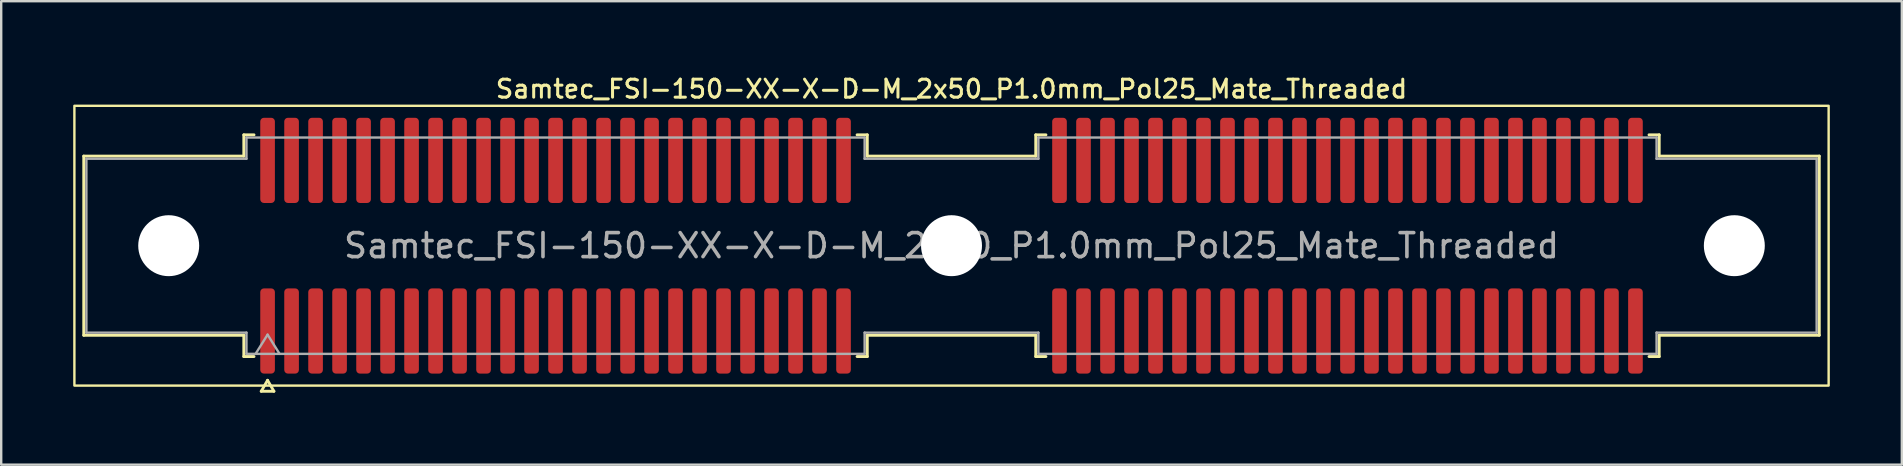
<source format=kicad_pcb>
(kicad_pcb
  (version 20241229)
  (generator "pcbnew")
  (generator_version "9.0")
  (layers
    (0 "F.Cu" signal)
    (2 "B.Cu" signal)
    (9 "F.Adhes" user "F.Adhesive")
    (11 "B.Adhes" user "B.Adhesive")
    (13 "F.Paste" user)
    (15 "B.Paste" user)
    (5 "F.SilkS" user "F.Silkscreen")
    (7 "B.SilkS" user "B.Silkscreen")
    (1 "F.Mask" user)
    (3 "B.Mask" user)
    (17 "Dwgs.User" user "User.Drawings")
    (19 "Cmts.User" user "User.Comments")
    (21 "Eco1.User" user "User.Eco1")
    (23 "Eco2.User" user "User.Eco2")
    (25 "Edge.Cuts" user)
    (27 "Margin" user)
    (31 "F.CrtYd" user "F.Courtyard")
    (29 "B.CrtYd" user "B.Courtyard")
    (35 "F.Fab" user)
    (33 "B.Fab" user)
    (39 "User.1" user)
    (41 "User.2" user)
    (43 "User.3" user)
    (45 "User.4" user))
  (footprint "Samtec_FSI-150-XX-X-D-M_2x50_P1.0mm_Pol25_Mate_Threaded"
    (layer "F.Cu")
    (at 36.6 7.188)
    (property "Reference" "Samtec_FSI-150-XX-X-D-M_2x50_P1.0mm_Pol25_Mate_Threaded" (at 0 -6.53 0) (layer "F.SilkS") (effects (font (size 0.75 0.75) (thickness 0.125))))
    (attr exclude_from_pos_files exclude_from_bom)
    (fp_line (start -36.16 -3.733) (end -29.49 -3.733) (stroke (width 0.12) (type solid)) (layer "F.SilkS"))
    (fp_line (start -36.16 3.733) (end -36.16 -3.733) (stroke (width 0.12) (type solid)) (layer "F.SilkS"))
    (fp_line (start -29.49 -4.619) (end -29.065 -4.619) (stroke (width 0.12) (type solid)) (layer "F.SilkS"))
    (fp_line (start -29.49 -3.733) (end -29.49 -4.619) (stroke (width 0.12) (type solid)) (layer "F.SilkS"))
    (fp_line (start -29.49 3.733) (end -36.16 3.733) (stroke (width 0.12) (type solid)) (layer "F.SilkS"))
    (fp_line (start -29.49 4.619) (end -29.49 3.733) (stroke (width 0.12) (type solid)) (layer "F.SilkS"))
    (fp_line (start -29.065 4.619) (end -29.49 4.619) (stroke (width 0.12) (type solid)) (layer "F.SilkS"))
    (fp_line (start -28.764 6.066) (end -28.5 5.609) (stroke (width 0.12) (type solid)) (layer "F.SilkS"))
    (fp_line (start -28.5 5.609) (end -28.236 6.066) (stroke (width 0.12) (type solid)) (layer "F.SilkS"))
    (fp_line (start -28.236 6.066) (end -28.764 6.066) (stroke (width 0.12) (type solid)) (layer "F.SilkS"))
    (fp_line (start -3.935 -4.619) (end -3.51 -4.619) (stroke (width 0.12) (type solid)) (layer "F.SilkS"))
    (fp_line (start -3.51 -4.619) (end -3.51 -3.733) (stroke (width 0.12) (type solid)) (layer "F.SilkS"))
    (fp_line (start -3.51 -3.733) (end 3.51 -3.733) (stroke (width 0.12) (type solid)) (layer "F.SilkS"))
    (fp_line (start -3.51 3.733) (end -3.51 4.619) (stroke (width 0.12) (type solid)) (layer "F.SilkS"))
    (fp_line (start -3.51 4.619) (end -3.935 4.619) (stroke (width 0.12) (type solid)) (layer "F.SilkS"))
    (fp_line (start 3.51 -4.619) (end 3.935 -4.619) (stroke (width 0.12) (type solid)) (layer "F.SilkS"))
    (fp_line (start 3.51 -3.733) (end 3.51 -4.619) (stroke (width 0.12) (type solid)) (layer "F.SilkS"))
    (fp_line (start 3.51 3.733) (end -3.51 3.733) (stroke (width 0.12) (type solid)) (layer "F.SilkS"))
    (fp_line (start 3.51 4.619) (end 3.51 3.733) (stroke (width 0.12) (type solid)) (layer "F.SilkS"))
    (fp_line (start 3.935 4.619) (end 3.51 4.619) (stroke (width 0.12) (type solid)) (layer "F.SilkS"))
    (fp_line (start 29.065 -4.619) (end 29.49 -4.619) (stroke (width 0.12) (type solid)) (layer "F.SilkS"))
    (fp_line (start 29.49 -4.619) (end 29.49 -3.733) (stroke (width 0.12) (type solid)) (layer "F.SilkS"))
    (fp_line (start 29.49 -3.733) (end 36.16 -3.733) (stroke (width 0.12) (type solid)) (layer "F.SilkS"))
    (fp_line (start 29.49 3.733) (end 29.49 4.619) (stroke (width 0.12) (type solid)) (layer "F.SilkS"))
    (fp_line (start 29.49 4.619) (end 29.065 4.619) (stroke (width 0.12) (type solid)) (layer "F.SilkS"))
    (fp_line (start 36.16 -3.733) (end 36.16 3.733) (stroke (width 0.12) (type solid)) (layer "F.SilkS"))
    (fp_line (start 36.16 3.733) (end 29.49 3.733) (stroke (width 0.12) (type solid)) (layer "F.SilkS"))
    (fp_rect (start -36.55 -5.83) (end 36.55 5.83) (stroke (width 0.1) (type solid)) (fill no) (layer "F.SilkS"))
    (fp_line (start -36.05 -3.623) (end -29.38 -3.623) (stroke (width 0.1) (type solid)) (layer "F.Fab"))
    (fp_line (start -36.05 3.623) (end -36.05 -3.623) (stroke (width 0.1) (type solid)) (layer "F.Fab"))
    (fp_line (start -29.38 -4.508) (end -3.62 -4.508) (stroke (width 0.1) (type solid)) (layer "F.Fab"))
    (fp_line (start -29.38 -3.623) (end -29.38 -4.508) (stroke (width 0.1) (type solid)) (layer "F.Fab"))
    (fp_line (start -29.38 3.623) (end -36.05 3.623) (stroke (width 0.1) (type solid)) (layer "F.Fab"))
    (fp_line (start -29.38 4.508) (end -29.38 3.623) (stroke (width 0.1) (type solid)) (layer "F.Fab"))
    (fp_line (start -29 4.508) (end -28.5 3.708) (stroke (width 0.1) (type solid)) (layer "F.Fab"))
    (fp_line (start -28.5 3.708) (end -28 4.508) (stroke (width 0.1) (type solid)) (layer "F.Fab"))
    (fp_line (start -3.62 -4.508) (end -3.62 -3.623) (stroke (width 0.1) (type solid)) (layer "F.Fab"))
    (fp_line (start -3.62 -3.623) (end 3.62 -3.623) (stroke (width 0.1) (type solid)) (layer "F.Fab"))
    (fp_line (start -3.62 3.623) (end -3.62 4.508) (stroke (width 0.1) (type solid)) (layer "F.Fab"))
    (fp_line (start -3.62 4.508) (end -29.38 4.508) (stroke (width 0.1) (type solid)) (layer "F.Fab"))
    (fp_line (start 3.62 -4.508) (end 29.38 -4.508) (stroke (width 0.1) (type solid)) (layer "F.Fab"))
    (fp_line (start 3.62 -3.623) (end 3.62 -4.508) (stroke (width 0.1) (type solid)) (layer "F.Fab"))
    (fp_line (start 3.62 3.623) (end -3.62 3.623) (stroke (width 0.1) (type solid)) (layer "F.Fab"))
    (fp_line (start 3.62 4.508) (end 3.62 3.623) (stroke (width 0.1) (type solid)) (layer "F.Fab"))
    (fp_line (start 29.38 -4.508) (end 29.38 -3.623) (stroke (width 0.1) (type solid)) (layer "F.Fab"))
    (fp_line (start 29.38 -3.623) (end 36.05 -3.623) (stroke (width 0.1) (type solid)) (layer "F.Fab"))
    (fp_line (start 29.38 3.623) (end 29.38 4.508) (stroke (width 0.1) (type solid)) (layer "F.Fab"))
    (fp_line (start 29.38 4.508) (end 3.62 4.508) (stroke (width 0.1) (type solid)) (layer "F.Fab"))
    (fp_line (start 36.05 -3.623) (end 36.05 3.623) (stroke (width 0.1) (type solid)) (layer "F.Fab"))
    (fp_line (start 36.05 3.623) (end 29.38 3.623) (stroke (width 0.1) (type solid)) (layer "F.Fab"))
    (fp_text user "${REFERENCE}" (at 0 0 0) (layer "F.Fab") (effects (font (size 1 1) (thickness 0.15))))
    (pad "" np_thru_hole circle (at -32.62 0) (size 2.54 2.54) (drill 2.54) (layers "*.Cu" "*.Mask"))
    (pad "" np_thru_hole circle (at 0 0) (size 2.54 2.54) (drill 2.54) (layers "*.Cu" "*.Mask"))
    (pad "" np_thru_hole circle (at 32.62 0) (size 2.54 2.54) (drill 2.54) (layers "*.Cu" "*.Mask"))
    (pad "1" smd roundrect (at -28.5 3.555) (size 0.61 3.55) (layers "F.Cu" "F.Mask") (roundrect_rratio 0.25))
    (pad "2" smd roundrect (at -28.5 -3.555) (size 0.61 3.55) (layers "F.Cu" "F.Mask") (roundrect_rratio 0.25))
    (pad "3" smd roundrect (at -27.5 3.555) (size 0.61 3.55) (layers "F.Cu" "F.Mask") (roundrect_rratio 0.25))
    (pad "4" smd roundrect (at -27.5 -3.555) (size 0.61 3.55) (layers "F.Cu" "F.Mask") (roundrect_rratio 0.25))
    (pad "5" smd roundrect (at -26.5 3.555) (size 0.61 3.55) (layers "F.Cu" "F.Mask") (roundrect_rratio 0.25))
    (pad "6" smd roundrect (at -26.5 -3.555) (size 0.61 3.55) (layers "F.Cu" "F.Mask") (roundrect_rratio 0.25))
    (pad "7" smd roundrect (at -25.5 3.555) (size 0.61 3.55) (layers "F.Cu" "F.Mask") (roundrect_rratio 0.25))
    (pad "8" smd roundrect (at -25.5 -3.555) (size 0.61 3.55) (layers "F.Cu" "F.Mask") (roundrect_rratio 0.25))
    (pad "9" smd roundrect (at -24.5 3.555) (size 0.61 3.55) (layers "F.Cu" "F.Mask") (roundrect_rratio 0.25))
    (pad "10" smd roundrect (at -24.5 -3.555) (size 0.61 3.55) (layers "F.Cu" "F.Mask") (roundrect_rratio 0.25))
    (pad "11" smd roundrect (at -23.5 3.555) (size 0.61 3.55) (layers "F.Cu" "F.Mask") (roundrect_rratio 0.25))
    (pad "12" smd roundrect (at -23.5 -3.555) (size 0.61 3.55) (layers "F.Cu" "F.Mask") (roundrect_rratio 0.25))
    (pad "13" smd roundrect (at -22.5 3.555) (size 0.61 3.55) (layers "F.Cu" "F.Mask") (roundrect_rratio 0.25))
    (pad "14" smd roundrect (at -22.5 -3.555) (size 0.61 3.55) (layers "F.Cu" "F.Mask") (roundrect_rratio 0.25))
    (pad "15" smd roundrect (at -21.5 3.555) (size 0.61 3.55) (layers "F.Cu" "F.Mask") (roundrect_rratio 0.25))
    (pad "16" smd roundrect (at -21.5 -3.555) (size 0.61 3.55) (layers "F.Cu" "F.Mask") (roundrect_rratio 0.25))
    (pad "17" smd roundrect (at -20.5 3.555) (size 0.61 3.55) (layers "F.Cu" "F.Mask") (roundrect_rratio 0.25))
    (pad "18" smd roundrect (at -20.5 -3.555) (size 0.61 3.55) (layers "F.Cu" "F.Mask") (roundrect_rratio 0.25))
    (pad "19" smd roundrect (at -19.5 3.555) (size 0.61 3.55) (layers "F.Cu" "F.Mask") (roundrect_rratio 0.25))
    (pad "20" smd roundrect (at -19.5 -3.555) (size 0.61 3.55) (layers "F.Cu" "F.Mask") (roundrect_rratio 0.25))
    (pad "21" smd roundrect (at -18.5 3.555) (size 0.61 3.55) (layers "F.Cu" "F.Mask") (roundrect_rratio 0.25))
    (pad "22" smd roundrect (at -18.5 -3.555) (size 0.61 3.55) (layers "F.Cu" "F.Mask") (roundrect_rratio 0.25))
    (pad "23" smd roundrect (at -17.5 3.555) (size 0.61 3.55) (layers "F.Cu" "F.Mask") (roundrect_rratio 0.25))
    (pad "24" smd roundrect (at -17.5 -3.555) (size 0.61 3.55) (layers "F.Cu" "F.Mask") (roundrect_rratio 0.25))
    (pad "25" smd roundrect (at -16.5 3.555) (size 0.61 3.55) (layers "F.Cu" "F.Mask") (roundrect_rratio 0.25))
    (pad "26" smd roundrect (at -16.5 -3.555) (size 0.61 3.55) (layers "F.Cu" "F.Mask") (roundrect_rratio 0.25))
    (pad "27" smd roundrect (at -15.5 3.555) (size 0.61 3.55) (layers "F.Cu" "F.Mask") (roundrect_rratio 0.25))
    (pad "28" smd roundrect (at -15.5 -3.555) (size 0.61 3.55) (layers "F.Cu" "F.Mask") (roundrect_rratio 0.25))
    (pad "29" smd roundrect (at -14.5 3.555) (size 0.61 3.55) (layers "F.Cu" "F.Mask") (roundrect_rratio 0.25))
    (pad "30" smd roundrect (at -14.5 -3.555) (size 0.61 3.55) (layers "F.Cu" "F.Mask") (roundrect_rratio 0.25))
    (pad "31" smd roundrect (at -13.5 3.555) (size 0.61 3.55) (layers "F.Cu" "F.Mask") (roundrect_rratio 0.25))
    (pad "32" smd roundrect (at -13.5 -3.555) (size 0.61 3.55) (layers "F.Cu" "F.Mask") (roundrect_rratio 0.25))
    (pad "33" smd roundrect (at -12.5 3.555) (size 0.61 3.55) (layers "F.Cu" "F.Mask") (roundrect_rratio 0.25))
    (pad "34" smd roundrect (at -12.5 -3.555) (size 0.61 3.55) (layers "F.Cu" "F.Mask") (roundrect_rratio 0.25))
    (pad "35" smd roundrect (at -11.5 3.555) (size 0.61 3.55) (layers "F.Cu" "F.Mask") (roundrect_rratio 0.25))
    (pad "36" smd roundrect (at -11.5 -3.555) (size 0.61 3.55) (layers "F.Cu" "F.Mask") (roundrect_rratio 0.25))
    (pad "37" smd roundrect (at -10.5 3.555) (size 0.61 3.55) (layers "F.Cu" "F.Mask") (roundrect_rratio 0.25))
    (pad "38" smd roundrect (at -10.5 -3.555) (size 0.61 3.55) (layers "F.Cu" "F.Mask") (roundrect_rratio 0.25))
    (pad "39" smd roundrect (at -9.5 3.555) (size 0.61 3.55) (layers "F.Cu" "F.Mask") (roundrect_rratio 0.25))
    (pad "40" smd roundrect (at -9.5 -3.555) (size 0.61 3.55) (layers "F.Cu" "F.Mask") (roundrect_rratio 0.25))
    (pad "41" smd roundrect (at -8.5 3.555) (size 0.61 3.55) (layers "F.Cu" "F.Mask") (roundrect_rratio 0.25))
    (pad "42" smd roundrect (at -8.5 -3.555) (size 0.61 3.55) (layers "F.Cu" "F.Mask") (roundrect_rratio 0.25))
    (pad "43" smd roundrect (at -7.5 3.555) (size 0.61 3.55) (layers "F.Cu" "F.Mask") (roundrect_rratio 0.25))
    (pad "44" smd roundrect (at -7.5 -3.555) (size 0.61 3.55) (layers "F.Cu" "F.Mask") (roundrect_rratio 0.25))
    (pad "45" smd roundrect (at -6.5 3.555) (size 0.61 3.55) (layers "F.Cu" "F.Mask") (roundrect_rratio 0.25))
    (pad "46" smd roundrect (at -6.5 -3.555) (size 0.61 3.55) (layers "F.Cu" "F.Mask") (roundrect_rratio 0.25))
    (pad "47" smd roundrect (at -5.5 3.555) (size 0.61 3.55) (layers "F.Cu" "F.Mask") (roundrect_rratio 0.25))
    (pad "48" smd roundrect (at -5.5 -3.555) (size 0.61 3.55) (layers "F.Cu" "F.Mask") (roundrect_rratio 0.25))
    (pad "49" smd roundrect (at -4.5 3.555) (size 0.61 3.55) (layers "F.Cu" "F.Mask") (roundrect_rratio 0.25))
    (pad "50" smd roundrect (at -4.5 -3.555) (size 0.61 3.55) (layers "F.Cu" "F.Mask") (roundrect_rratio 0.25))
    (pad "51" smd roundrect (at 4.5 3.555) (size 0.61 3.55) (layers "F.Cu" "F.Mask") (roundrect_rratio 0.25))
    (pad "52" smd roundrect (at 4.5 -3.555) (size 0.61 3.55) (layers "F.Cu" "F.Mask") (roundrect_rratio 0.25))
    (pad "53" smd roundrect (at 5.5 3.555) (size 0.61 3.55) (layers "F.Cu" "F.Mask") (roundrect_rratio 0.25))
    (pad "54" smd roundrect (at 5.5 -3.555) (size 0.61 3.55) (layers "F.Cu" "F.Mask") (roundrect_rratio 0.25))
    (pad "55" smd roundrect (at 6.5 3.555) (size 0.61 3.55) (layers "F.Cu" "F.Mask") (roundrect_rratio 0.25))
    (pad "56" smd roundrect (at 6.5 -3.555) (size 0.61 3.55) (layers "F.Cu" "F.Mask") (roundrect_rratio 0.25))
    (pad "57" smd roundrect (at 7.5 3.555) (size 0.61 3.55) (layers "F.Cu" "F.Mask") (roundrect_rratio 0.25))
    (pad "58" smd roundrect (at 7.5 -3.555) (size 0.61 3.55) (layers "F.Cu" "F.Mask") (roundrect_rratio 0.25))
    (pad "59" smd roundrect (at 8.5 3.555) (size 0.61 3.55) (layers "F.Cu" "F.Mask") (roundrect_rratio 0.25))
    (pad "60" smd roundrect (at 8.5 -3.555) (size 0.61 3.55) (layers "F.Cu" "F.Mask") (roundrect_rratio 0.25))
    (pad "61" smd roundrect (at 9.5 3.555) (size 0.61 3.55) (layers "F.Cu" "F.Mask") (roundrect_rratio 0.25))
    (pad "62" smd roundrect (at 9.5 -3.555) (size 0.61 3.55) (layers "F.Cu" "F.Mask") (roundrect_rratio 0.25))
    (pad "63" smd roundrect (at 10.5 3.555) (size 0.61 3.55) (layers "F.Cu" "F.Mask") (roundrect_rratio 0.25))
    (pad "64" smd roundrect (at 10.5 -3.555) (size 0.61 3.55) (layers "F.Cu" "F.Mask") (roundrect_rratio 0.25))
    (pad "65" smd roundrect (at 11.5 3.555) (size 0.61 3.55) (layers "F.Cu" "F.Mask") (roundrect_rratio 0.25))
    (pad "66" smd roundrect (at 11.5 -3.555) (size 0.61 3.55) (layers "F.Cu" "F.Mask") (roundrect_rratio 0.25))
    (pad "67" smd roundrect (at 12.5 3.555) (size 0.61 3.55) (layers "F.Cu" "F.Mask") (roundrect_rratio 0.25))
    (pad "68" smd roundrect (at 12.5 -3.555) (size 0.61 3.55) (layers "F.Cu" "F.Mask") (roundrect_rratio 0.25))
    (pad "69" smd roundrect (at 13.5 3.555) (size 0.61 3.55) (layers "F.Cu" "F.Mask") (roundrect_rratio 0.25))
    (pad "70" smd roundrect (at 13.5 -3.555) (size 0.61 3.55) (layers "F.Cu" "F.Mask") (roundrect_rratio 0.25))
    (pad "71" smd roundrect (at 14.5 3.555) (size 0.61 3.55) (layers "F.Cu" "F.Mask") (roundrect_rratio 0.25))
    (pad "72" smd roundrect (at 14.5 -3.555) (size 0.61 3.55) (layers "F.Cu" "F.Mask") (roundrect_rratio 0.25))
    (pad "73" smd roundrect (at 15.5 3.555) (size 0.61 3.55) (layers "F.Cu" "F.Mask") (roundrect_rratio 0.25))
    (pad "74" smd roundrect (at 15.5 -3.555) (size 0.61 3.55) (layers "F.Cu" "F.Mask") (roundrect_rratio 0.25))
    (pad "75" smd roundrect (at 16.5 3.555) (size 0.61 3.55) (layers "F.Cu" "F.Mask") (roundrect_rratio 0.25))
    (pad "76" smd roundrect (at 16.5 -3.555) (size 0.61 3.55) (layers "F.Cu" "F.Mask") (roundrect_rratio 0.25))
    (pad "77" smd roundrect (at 17.5 3.555) (size 0.61 3.55) (layers "F.Cu" "F.Mask") (roundrect_rratio 0.25))
    (pad "78" smd roundrect (at 17.5 -3.555) (size 0.61 3.55) (layers "F.Cu" "F.Mask") (roundrect_rratio 0.25))
    (pad "79" smd roundrect (at 18.5 3.555) (size 0.61 3.55) (layers "F.Cu" "F.Mask") (roundrect_rratio 0.25))
    (pad "80" smd roundrect (at 18.5 -3.555) (size 0.61 3.55) (layers "F.Cu" "F.Mask") (roundrect_rratio 0.25))
    (pad "81" smd roundrect (at 19.5 3.555) (size 0.61 3.55) (layers "F.Cu" "F.Mask") (roundrect_rratio 0.25))
    (pad "82" smd roundrect (at 19.5 -3.555) (size 0.61 3.55) (layers "F.Cu" "F.Mask") (roundrect_rratio 0.25))
    (pad "83" smd roundrect (at 20.5 3.555) (size 0.61 3.55) (layers "F.Cu" "F.Mask") (roundrect_rratio 0.25))
    (pad "84" smd roundrect (at 20.5 -3.555) (size 0.61 3.55) (layers "F.Cu" "F.Mask") (roundrect_rratio 0.25))
    (pad "85" smd roundrect (at 21.5 3.555) (size 0.61 3.55) (layers "F.Cu" "F.Mask") (roundrect_rratio 0.25))
    (pad "86" smd roundrect (at 21.5 -3.555) (size 0.61 3.55) (layers "F.Cu" "F.Mask") (roundrect_rratio 0.25))
    (pad "87" smd roundrect (at 22.5 3.555) (size 0.61 3.55) (layers "F.Cu" "F.Mask") (roundrect_rratio 0.25))
    (pad "88" smd roundrect (at 22.5 -3.555) (size 0.61 3.55) (layers "F.Cu" "F.Mask") (roundrect_rratio 0.25))
    (pad "89" smd roundrect (at 23.5 3.555) (size 0.61 3.55) (layers "F.Cu" "F.Mask") (roundrect_rratio 0.25))
    (pad "90" smd roundrect (at 23.5 -3.555) (size 0.61 3.55) (layers "F.Cu" "F.Mask") (roundrect_rratio 0.25))
    (pad "91" smd roundrect (at 24.5 3.555) (size 0.61 3.55) (layers "F.Cu" "F.Mask") (roundrect_rratio 0.25))
    (pad "92" smd roundrect (at 24.5 -3.555) (size 0.61 3.55) (layers "F.Cu" "F.Mask") (roundrect_rratio 0.25))
    (pad "93" smd roundrect (at 25.5 3.555) (size 0.61 3.55) (layers "F.Cu" "F.Mask") (roundrect_rratio 0.25))
    (pad "94" smd roundrect (at 25.5 -3.555) (size 0.61 3.55) (layers "F.Cu" "F.Mask") (roundrect_rratio 0.25))
    (pad "95" smd roundrect (at 26.5 3.555) (size 0.61 3.55) (layers "F.Cu" "F.Mask") (roundrect_rratio 0.25))
    (pad "96" smd roundrect (at 26.5 -3.555) (size 0.61 3.55) (layers "F.Cu" "F.Mask") (roundrect_rratio 0.25))
    (pad "97" smd roundrect (at 27.5 3.555) (size 0.61 3.55) (layers "F.Cu" "F.Mask") (roundrect_rratio 0.25))
    (pad "98" smd roundrect (at 27.5 -3.555) (size 0.61 3.55) (layers "F.Cu" "F.Mask") (roundrect_rratio 0.25))
    (pad "99" smd roundrect (at 28.5 3.555) (size 0.61 3.55) (layers "F.Cu" "F.Mask") (roundrect_rratio 0.25))
    (pad "100" smd roundrect (at 28.5 -3.555) (size 0.61 3.55) (layers "F.Cu" "F.Mask") (roundrect_rratio 0.25)))
  (gr_rect
    (start -3 -3)
    (end 76.2 16.314)
    (stroke (width 0.1) (type default))
    (fill no)
    (layer "Edge.Cuts")))
</source>
